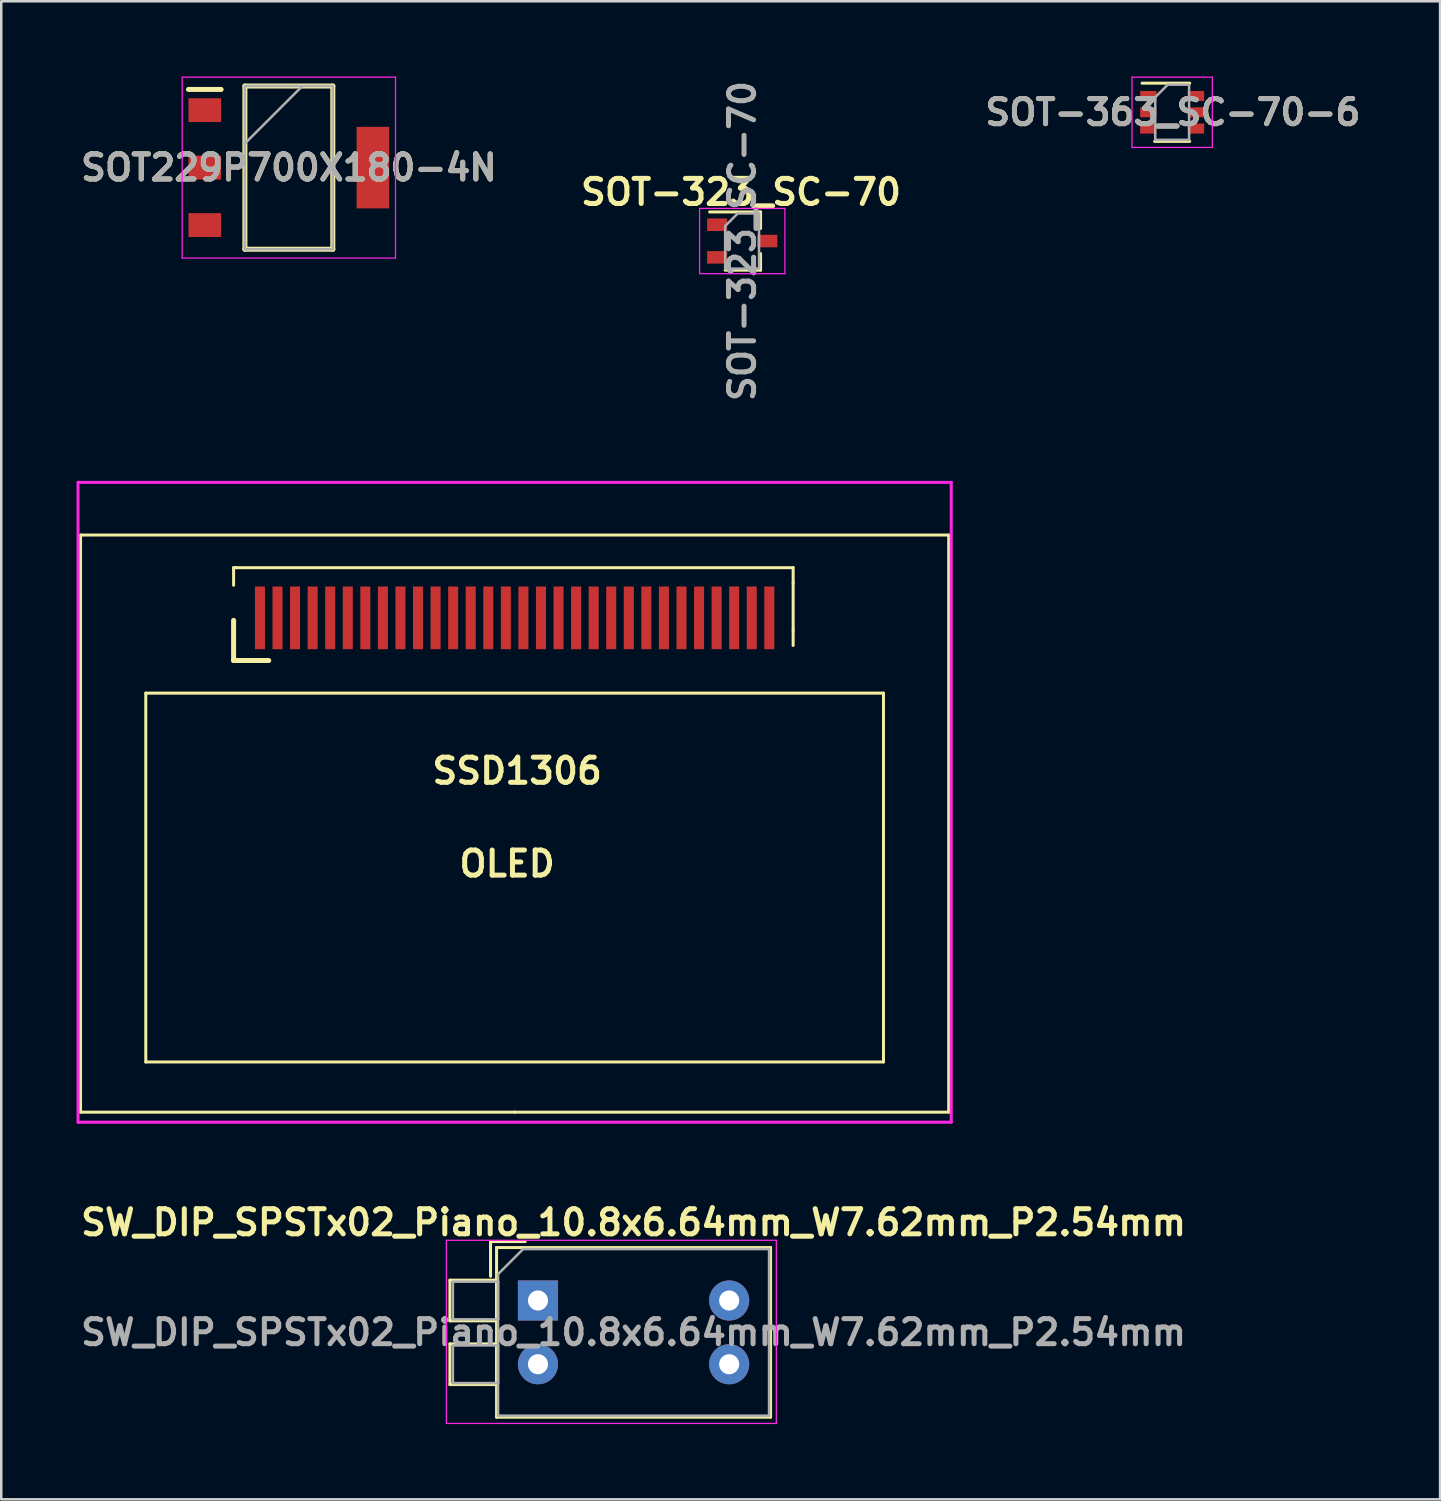
<source format=kicad_pcb>
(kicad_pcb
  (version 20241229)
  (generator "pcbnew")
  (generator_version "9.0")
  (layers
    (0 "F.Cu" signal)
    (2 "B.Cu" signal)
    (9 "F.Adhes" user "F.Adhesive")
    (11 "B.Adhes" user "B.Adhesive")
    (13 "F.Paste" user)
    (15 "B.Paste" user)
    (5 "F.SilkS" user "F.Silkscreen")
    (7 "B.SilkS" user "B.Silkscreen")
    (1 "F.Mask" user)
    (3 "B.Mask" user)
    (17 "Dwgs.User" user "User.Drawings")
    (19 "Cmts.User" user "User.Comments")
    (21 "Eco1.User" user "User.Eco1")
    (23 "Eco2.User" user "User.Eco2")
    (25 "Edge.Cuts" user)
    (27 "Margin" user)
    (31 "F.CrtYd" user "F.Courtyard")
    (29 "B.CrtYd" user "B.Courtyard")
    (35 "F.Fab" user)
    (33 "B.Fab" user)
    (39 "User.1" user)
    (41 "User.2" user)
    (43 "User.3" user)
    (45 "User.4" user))
  (footprint "SSD1306"
    (layer "F.Cu")
    (at 17.46 21.574)
    (property "Reference" "SSD1306" (at 0.1 6.1 180) (layer "F.SilkS") (effects (font (size 1 1) (thickness 0.2))))
    (attr smd)
    (fp_line (start -17.3 -3.3) (end 17.3 -3.3) (stroke (width 0.12) (type solid)) (layer "F.SilkS"))
    (fp_line (start -17.3 19.7) (end -17.3 -3.3) (stroke (width 0.12) (type solid)) (layer "F.SilkS"))
    (fp_line (start -17.3 19.7) (end 0 19.7) (stroke (width 0.12) (type solid)) (layer "F.SilkS"))
    (fp_line (start -14.7 3) (end 14.7 3) (stroke (width 0.12) (type solid)) (layer "F.SilkS"))
    (fp_line (start -14.7 17.7) (end -14.7 3) (stroke (width 0.12) (type solid)) (layer "F.SilkS"))
    (fp_line (start -11.2 -1.3) (end -11.2 -2) (stroke (width 0.12) (type solid)) (layer "F.SilkS"))
    (fp_line (start -11.2 1.7) (end -11.2 0.1) (stroke (width 0.2) (type solid)) (layer "F.SilkS"))
    (fp_line (start -11.1 -2) (end -11.2 -2) (stroke (width 0.12) (type solid)) (layer "F.SilkS"))
    (fp_line (start -9.8 1.7) (end -11.2 1.7) (stroke (width 0.2) (type solid)) (layer "F.SilkS"))
    (fp_line (start 0 19.7) (end 17.3 19.7) (stroke (width 0.12) (type solid)) (layer "F.SilkS"))
    (fp_line (start 11.1 -2) (end -11.1 -2) (stroke (width 0.12) (type solid)) (layer "F.SilkS"))
    (fp_line (start 11.1 -2) (end 11.1 -1.4) (stroke (width 0.12) (type solid)) (layer "F.SilkS"))
    (fp_line (start 11.1 -1.4) (end 11.1 0.5) (stroke (width 0.12) (type solid)) (layer "F.SilkS"))
    (fp_line (start 11.1 0.5) (end 11.1 1.1) (stroke (width 0.12) (type solid)) (layer "F.SilkS"))
    (fp_line (start 14.7 3) (end 14.7 17.7) (stroke (width 0.12) (type solid)) (layer "F.SilkS"))
    (fp_line (start 14.7 17.7) (end -14.7 17.7) (stroke (width 0.12) (type solid)) (layer "F.SilkS"))
    (fp_line (start 17.3 19.7) (end 17.3 -3.3) (stroke (width 0.12) (type solid)) (layer "F.SilkS"))
    (fp_line (start -17.4 -5.4) (end -17.4 20.1) (stroke (width 0.12) (type solid)) (layer "F.CrtYd"))
    (fp_line (start -17.4 20.1) (end 17.4 20.1) (stroke (width 0.12) (type solid)) (layer "F.CrtYd"))
    (fp_line (start 17.4 -5.4) (end -17.4 -5.4) (stroke (width 0.12) (type solid)) (layer "F.CrtYd"))
    (fp_line (start 17.4 20.1) (end 17.4 -5.4) (stroke (width 0.12) (type solid)) (layer "F.CrtYd"))
    (fp_text user "OLED" (at -0.3 9.8 0) (layer "F.SilkS") (effects (font (size 1 1) (thickness 0.2))))
    (pad "1" smd rect (at 10.15 0) (size 0.4 2.5) (layers "F.Cu" "F.Mask" "F.Paste"))
    (pad "2" smd rect (at 9.45 0) (size 0.4 2.5) (layers "F.Cu" "F.Mask" "F.Paste"))
    (pad "3" smd rect (at 8.75 0) (size 0.4 2.5) (layers "F.Cu" "F.Mask" "F.Paste"))
    (pad "4" smd rect (at 8.05 0) (size 0.4 2.5) (layers "F.Cu" "F.Mask" "F.Paste"))
    (pad "5" smd rect (at 7.35 0) (size 0.4 2.5) (layers "F.Cu" "F.Mask" "F.Paste"))
    (pad "6" smd rect (at 6.65 0) (size 0.4 2.5) (layers "F.Cu" "F.Mask" "F.Paste"))
    (pad "7" smd rect (at 5.95 0) (size 0.4 2.5) (layers "F.Cu" "F.Mask" "F.Paste"))
    (pad "8" smd rect (at 5.25 0) (size 0.4 2.5) (layers "F.Cu" "F.Mask" "F.Paste"))
    (pad "9" smd rect (at 4.55 0) (size 0.4 2.5) (layers "F.Cu" "F.Mask" "F.Paste"))
    (pad "10" smd rect (at 3.85 0) (size 0.4 2.5) (layers "F.Cu" "F.Mask" "F.Paste"))
    (pad "11" smd rect (at 3.15 0) (size 0.4 2.5) (layers "F.Cu" "F.Mask" "F.Paste"))
    (pad "12" smd rect (at 2.45 0) (size 0.4 2.5) (layers "F.Cu" "F.Mask" "F.Paste"))
    (pad "13" smd rect (at 1.75 0) (size 0.4 2.5) (layers "F.Cu" "F.Mask" "F.Paste"))
    (pad "14" smd rect (at 1.05 0) (size 0.4 2.5) (layers "F.Cu" "F.Mask" "F.Paste"))
    (pad "15" smd rect (at 0.35 0) (size 0.4 2.5) (layers "F.Cu" "F.Mask" "F.Paste"))
    (pad "16" smd rect (at -0.35 0) (size 0.4 2.5) (layers "F.Cu" "F.Mask" "F.Paste"))
    (pad "17" smd rect (at -1.05 0) (size 0.4 2.5) (layers "F.Cu" "F.Mask" "F.Paste"))
    (pad "18" smd rect (at -1.75 0) (size 0.4 2.5) (layers "F.Cu" "F.Mask" "F.Paste"))
    (pad "19" smd rect (at -2.45 0) (size 0.4 2.5) (layers "F.Cu" "F.Mask" "F.Paste"))
    (pad "20" smd rect (at -3.15 0) (size 0.4 2.5) (layers "F.Cu" "F.Mask" "F.Paste"))
    (pad "21" smd rect (at -3.85 0) (size 0.4 2.5) (layers "F.Cu" "F.Mask" "F.Paste"))
    (pad "22" smd rect (at -4.55 0) (size 0.4 2.5) (layers "F.Cu" "F.Mask" "F.Paste"))
    (pad "23" smd rect (at -5.25 0) (size 0.4 2.5) (layers "F.Cu" "F.Mask" "F.Paste"))
    (pad "24" smd rect (at -5.95 0) (size 0.4 2.5) (layers "F.Cu" "F.Mask" "F.Paste"))
    (pad "25" smd rect (at -6.65 0) (size 0.4 2.5) (layers "F.Cu" "F.Mask" "F.Paste"))
    (pad "26" smd rect (at -7.35 0) (size 0.4 2.5) (layers "F.Cu" "F.Mask" "F.Paste"))
    (pad "27" smd rect (at -8.05 0) (size 0.4 2.5) (layers "F.Cu" "F.Mask" "F.Paste"))
    (pad "28" smd rect (at -8.75 0) (size 0.4 2.5) (layers "F.Cu" "F.Mask" "F.Paste"))
    (pad "29" smd rect (at -9.45 0) (size 0.4 2.5) (layers "F.Cu" "F.Mask" "F.Paste"))
    (pad "30" smd rect (at -10.15 0) (size 0.4 2.5) (layers "F.Cu" "F.Mask" "F.Paste")))
  (footprint "SOT-363_SC-70-6"
    (layer "F.Cu")
    (at 43.665 1.425)
    (property "Reference" "SOT-363_SC-70-6" (at 0.025 0 180) (layer "F.SilkS") (effects (font (size 1 1) (thickness 0.2))))
    (attr through_hole)
    (fp_line (start -0.7 1.16) (end 0.7 1.16) (stroke (width 0.12) (type solid)) (layer "F.SilkS"))
    (fp_line (start 0.7 -1.16) (end -1.2 -1.16) (stroke (width 0.12) (type solid)) (layer "F.SilkS"))
    (fp_line (start -1.6 -1.4) (end -1.6 1.4) (stroke (width 0.05) (type solid)) (layer "F.CrtYd"))
    (fp_line (start -1.6 -1.4) (end 1.6 -1.4) (stroke (width 0.05) (type solid)) (layer "F.CrtYd"))
    (fp_line (start -1.6 1.4) (end 1.6 1.4) (stroke (width 0.05) (type solid)) (layer "F.CrtYd"))
    (fp_line (start 1.6 1.4) (end 1.6 -1.4) (stroke (width 0.05) (type solid)) (layer "F.CrtYd"))
    (fp_line (start -0.675 -0.6) (end -0.675 1.1) (stroke (width 0.1) (type solid)) (layer "F.Fab"))
    (fp_line (start -0.175 -1.1) (end -0.675 -0.6) (stroke (width 0.1) (type solid)) (layer "F.Fab"))
    (fp_line (start 0.675 -1.1) (end -0.175 -1.1) (stroke (width 0.1) (type solid)) (layer "F.Fab"))
    (fp_line (start 0.675 -1.1) (end 0.675 1.1) (stroke (width 0.1) (type solid)) (layer "F.Fab"))
    (fp_line (start 0.675 1.1) (end -0.675 1.1) (stroke (width 0.1) (type solid)) (layer "F.Fab"))
    (fp_text user "${REFERENCE}" (at 0.025 0 0) (layer "F.Fab") (effects (font (size 1 1) (thickness 0.2))))
    (pad "1" smd rect (at -0.95 -0.65) (size 0.65 0.4) (layers "F.Cu" "F.Mask" "F.Paste"))
    (pad "2" smd rect (at -0.95 0) (size 0.65 0.4) (layers "F.Cu" "F.Mask" "F.Paste"))
    (pad "3" smd rect (at -0.95 0.65) (size 0.65 0.4) (layers "F.Cu" "F.Mask" "F.Paste"))
    (pad "4" smd rect (at 0.95 0.65) (size 0.65 0.4) (layers "F.Cu" "F.Mask" "F.Paste"))
    (pad "5" smd rect (at 0.95 0) (size 0.65 0.4) (layers "F.Cu" "F.Mask" "F.Paste"))
    (pad "6" smd rect (at 0.95 -0.65) (size 0.65 0.4) (layers "F.Cu" "F.Mask" "F.Paste")))
  (footprint "SOT-323_SC-70"
    (layer "F.Cu")
    (at 26.531 6.557)
    (property "Reference" "SOT-323_SC-70" (at -0.05 -1.95 0) (layer "F.SilkS") (effects (font (size 1 1) (thickness 0.2))))
    (attr smd)
    (fp_line (start -0.68 1.16) (end 0.73 1.16) (stroke (width 0.12) (type solid)) (layer "F.SilkS"))
    (fp_line (start 0.73 -1.16) (end -1.3 -1.16) (stroke (width 0.12) (type solid)) (layer "F.SilkS"))
    (fp_line (start 0.73 -1.16) (end 0.73 -0.5) (stroke (width 0.12) (type solid)) (layer "F.SilkS"))
    (fp_line (start 0.73 0.5) (end 0.73 1.16) (stroke (width 0.12) (type solid)) (layer "F.SilkS"))
    (fp_line (start -1.7 -1.3) (end 1.7 -1.3) (stroke (width 0.05) (type solid)) (layer "F.CrtYd"))
    (fp_line (start -1.7 1.3) (end -1.7 -1.3) (stroke (width 0.05) (type solid)) (layer "F.CrtYd"))
    (fp_line (start 1.7 -1.3) (end 1.7 1.3) (stroke (width 0.05) (type solid)) (layer "F.CrtYd"))
    (fp_line (start 1.7 1.3) (end -1.7 1.3) (stroke (width 0.05) (type solid)) (layer "F.CrtYd"))
    (fp_line (start -0.68 -0.6) (end -0.68 1.1) (stroke (width 0.1) (type solid)) (layer "F.Fab"))
    (fp_line (start -0.18 -1.1) (end -0.68 -0.6) (stroke (width 0.1) (type solid)) (layer "F.Fab"))
    (fp_line (start 0.67 -1.1) (end -0.18 -1.1) (stroke (width 0.1) (type solid)) (layer "F.Fab"))
    (fp_line (start 0.67 -1.1) (end 0.67 1.1) (stroke (width 0.1) (type solid)) (layer "F.Fab"))
    (fp_line (start 0.67 1.1) (end -0.68 1.1) (stroke (width 0.1) (type solid)) (layer "F.Fab"))
    (fp_text user "${REFERENCE}" (at 0 0 90) (layer "F.Fab") (effects (font (size 1 1) (thickness 0.2))))
    (pad "1" smd rect (at -1 -0.65 270) (size 0.5 0.8) (layers "F.Cu" "F.Mask" "F.Paste"))
    (pad "2" smd rect (at -1 0.65 270) (size 0.5 0.8) (layers "F.Cu" "F.Mask" "F.Paste"))
    (pad "3" smd rect (at 1 0 270) (size 0.5 0.8) (layers "F.Cu" "F.Mask" "F.Paste")))
  (footprint "SW_DIP_SPSTx02_Piano_10.8x6.64mm_W7.62mm_P2.54mm"
    (layer "F.Cu")
    (at 22.2 50.05)
    (property "Reference" "SW_DIP_SPSTx02_Piano_10.8x6.64mm_W7.62mm_P2.54mm" (at 0 -4.38 0) (layer "F.SilkS") (effects (font (size 1 1) (thickness 0.2))))
    (attr through_hole)
    (fp_line (start -7.32 -2.08) (end -7.32 -0.46) (stroke (width 0.12) (type solid)) (layer "F.SilkS"))
    (fp_line (start -7.32 -2.08) (end -5.46 -2.08) (stroke (width 0.12) (type solid)) (layer "F.SilkS"))
    (fp_line (start -7.32 -0.46) (end -5.46 -0.46) (stroke (width 0.12) (type solid)) (layer "F.SilkS"))
    (fp_line (start -7.32 0.46) (end -7.32 2.08) (stroke (width 0.12) (type solid)) (layer "F.SilkS"))
    (fp_line (start -7.32 0.46) (end -5.46 0.46) (stroke (width 0.12) (type solid)) (layer "F.SilkS"))
    (fp_line (start -7.32 2.08) (end -5.46 2.08) (stroke (width 0.12) (type solid)) (layer "F.SilkS"))
    (fp_line (start -5.7 -3.62) (end -5.7 -2.237) (stroke (width 0.12) (type solid)) (layer "F.SilkS"))
    (fp_line (start -5.7 -3.62) (end -4.317 -3.62) (stroke (width 0.12) (type solid)) (layer "F.SilkS"))
    (fp_line (start -5.46 -3.38) (end -5.46 3.38) (stroke (width 0.12) (type solid)) (layer "F.SilkS"))
    (fp_line (start -5.46 -3.38) (end 5.46 -3.38) (stroke (width 0.12) (type solid)) (layer "F.SilkS"))
    (fp_line (start -5.46 -2.08) (end -5.46 -0.46) (stroke (width 0.12) (type solid)) (layer "F.SilkS"))
    (fp_line (start -5.46 0.46) (end -5.46 2.08) (stroke (width 0.12) (type solid)) (layer "F.SilkS"))
    (fp_line (start -5.46 3.38) (end 5.46 3.38) (stroke (width 0.12) (type solid)) (layer "F.SilkS"))
    (fp_line (start 5.46 -3.38) (end 5.46 3.38) (stroke (width 0.12) (type solid)) (layer "F.SilkS"))
    (fp_line (start -7.46 -3.67) (end -7.46 3.63) (stroke (width 0.05) (type solid)) (layer "F.CrtYd"))
    (fp_line (start -7.46 3.63) (end 5.69 3.63) (stroke (width 0.05) (type solid)) (layer "F.CrtYd"))
    (fp_line (start 5.69 -3.67) (end -7.46 -3.67) (stroke (width 0.05) (type solid)) (layer "F.CrtYd"))
    (fp_line (start 5.69 3.63) (end 5.69 -3.67) (stroke (width 0.05) (type solid)) (layer "F.CrtYd"))
    (fp_line (start -7.2 -2.02) (end -5.4 -2.02) (stroke (width 0.1) (type solid)) (layer "F.Fab"))
    (fp_line (start -7.2 -0.52) (end -7.2 -2.02) (stroke (width 0.1) (type solid)) (layer "F.Fab"))
    (fp_line (start -7.2 0.52) (end -5.4 0.52) (stroke (width 0.1) (type solid)) (layer "F.Fab"))
    (fp_line (start -7.2 2.02) (end -7.2 0.52) (stroke (width 0.1) (type solid)) (layer "F.Fab"))
    (fp_line (start -5.4 -2.32) (end -4.4 -3.32) (stroke (width 0.1) (type solid)) (layer "F.Fab"))
    (fp_line (start -5.4 -2.02) (end -5.4 -0.52) (stroke (width 0.1) (type solid)) (layer "F.Fab"))
    (fp_line (start -5.4 -0.52) (end -7.2 -0.52) (stroke (width 0.1) (type solid)) (layer "F.Fab"))
    (fp_line (start -5.4 0.52) (end -5.4 2.02) (stroke (width 0.1) (type solid)) (layer "F.Fab"))
    (fp_line (start -5.4 2.02) (end -7.2 2.02) (stroke (width 0.1) (type solid)) (layer "F.Fab"))
    (fp_line (start -5.4 3.32) (end -5.4 -2.32) (stroke (width 0.1) (type solid)) (layer "F.Fab"))
    (fp_line (start -4.4 -3.32) (end 5.4 -3.32) (stroke (width 0.1) (type solid)) (layer "F.Fab"))
    (fp_line (start 5.4 -3.32) (end 5.4 3.32) (stroke (width 0.1) (type solid)) (layer "F.Fab"))
    (fp_line (start 5.4 3.32) (end -5.4 3.32) (stroke (width 0.1) (type solid)) (layer "F.Fab"))
    (fp_text user "${REFERENCE}" (at 0 0 0) (layer "F.Fab") (effects (font (size 1 1) (thickness 0.2))))
    (pad "1" thru_hole rect (at -3.81 -1.27) (size 1.6 1.6) (drill 0.8) (layers "*.Cu" "*.Mask"))
    (pad "2" thru_hole oval (at -3.81 1.27) (size 1.6 1.6) (drill 0.8) (layers "*.Cu" "*.Mask"))
    (pad "3" thru_hole oval (at 3.81 1.27) (size 1.6 1.6) (drill 0.8) (layers "*.Cu" "*.Mask"))
    (pad "4" thru_hole oval (at 3.81 -1.27) (size 1.6 1.6) (drill 0.8) (layers "*.Cu" "*.Mask")))
  (footprint "SOT229P700X180-4N"
    (layer "F.Cu")
    (at 8.462 3.63)
    (property "Reference" "SOT229P700X180-4N" (at 0 0 0) (layer "F.SilkS") (effects (font (size 1 1) (thickness 0.2))))
    (attr smd)
    (fp_line (start -4 -3.115) (end -2.7 -3.115) (stroke (width 0.2) (type solid)) (layer "F.SilkS"))
    (fp_line (start -1.752 -3.252) (end 1.752 -3.252) (stroke (width 0.2) (type solid)) (layer "F.SilkS"))
    (fp_line (start -1.752 3.252) (end -1.752 -3.252) (stroke (width 0.2) (type solid)) (layer "F.SilkS"))
    (fp_line (start 1.752 -3.252) (end 1.752 3.252) (stroke (width 0.2) (type solid)) (layer "F.SilkS"))
    (fp_line (start 1.752 3.252) (end -1.752 3.252) (stroke (width 0.2) (type solid)) (layer "F.SilkS"))
    (fp_line (start -4.25 -3.605) (end 4.25 -3.605) (stroke (width 0.05) (type solid)) (layer "F.CrtYd"))
    (fp_line (start -4.25 3.605) (end -4.25 -3.605) (stroke (width 0.05) (type solid)) (layer "F.CrtYd"))
    (fp_line (start 4.25 -3.605) (end 4.25 3.605) (stroke (width 0.05) (type solid)) (layer "F.CrtYd"))
    (fp_line (start 4.25 3.605) (end -4.25 3.605) (stroke (width 0.05) (type solid)) (layer "F.CrtYd"))
    (fp_line (start -1.752 -3.252) (end 1.752 -3.252) (stroke (width 0.1) (type solid)) (layer "F.Fab"))
    (fp_line (start -1.752 -0.962) (end 0.538 -3.252) (stroke (width 0.1) (type solid)) (layer "F.Fab"))
    (fp_line (start -1.752 3.252) (end -1.752 -3.252) (stroke (width 0.1) (type solid)) (layer "F.Fab"))
    (fp_line (start 1.752 -3.252) (end 1.752 3.252) (stroke (width 0.1) (type solid)) (layer "F.Fab"))
    (fp_line (start 1.752 3.252) (end -1.752 3.252) (stroke (width 0.1) (type solid)) (layer "F.Fab"))
    (fp_text user "${REFERENCE}" (at 0 0 0) (layer "F.Fab") (effects (font (size 1 1) (thickness 0.2))))
    (pad "1" smd rect (at -3.35 -2.29 90) (size 0.95 1.3) (layers "F.Cu" "F.Mask" "F.Paste"))
    (pad "2" smd rect (at -3.35 0 90) (size 0.95 1.3) (layers "F.Cu" "F.Mask" "F.Paste"))
    (pad "3" smd rect (at -3.35 2.29 90) (size 0.95 1.3) (layers "F.Cu" "F.Mask" "F.Paste"))
    (pad "4" smd rect (at 3.35 0) (size 1.3 3.25) (layers "F.Cu" "F.Mask" "F.Paste")))
  (gr_rect
    (start -3 -3)
    (end 54.343 56.705)
    (stroke (width 0.1) (type default))
    (fill no)
    (layer "Edge.Cuts")))
</source>
